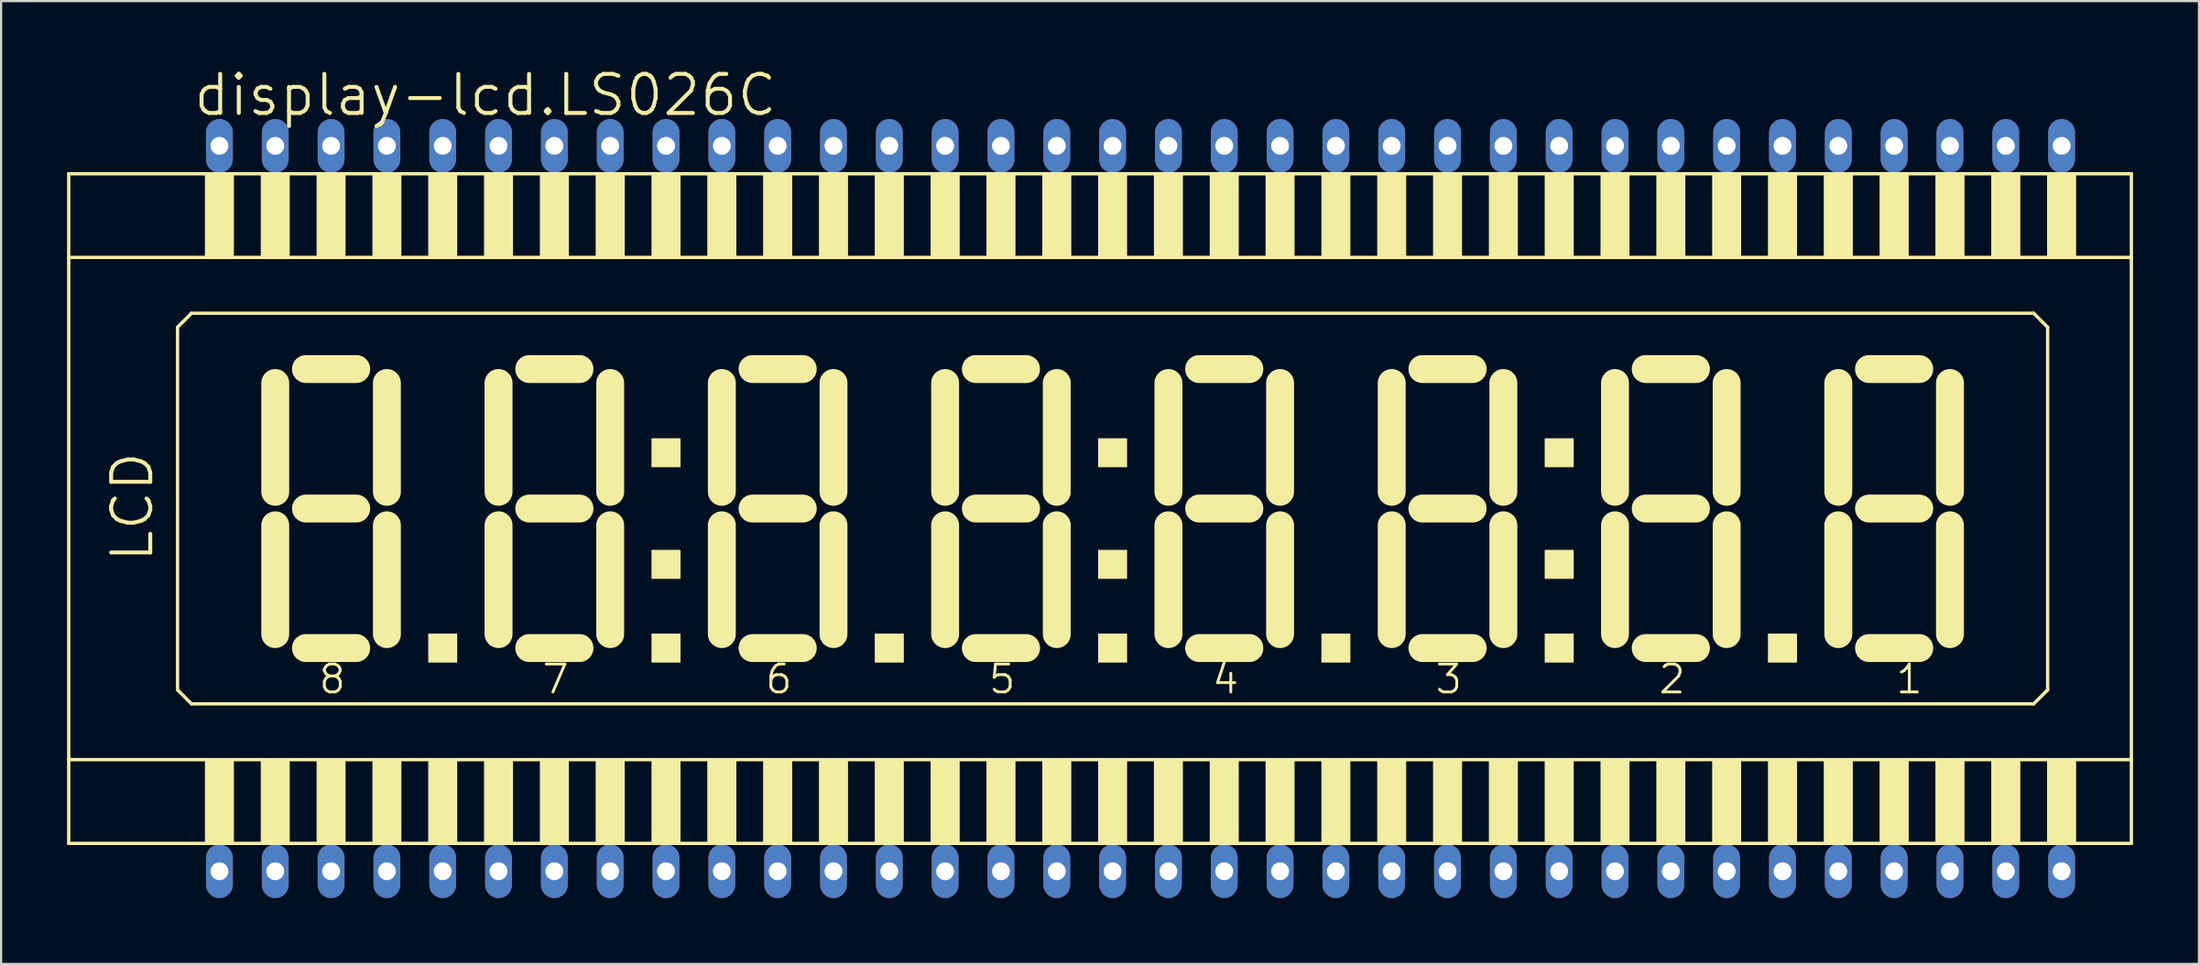
<source format=kicad_pcb>
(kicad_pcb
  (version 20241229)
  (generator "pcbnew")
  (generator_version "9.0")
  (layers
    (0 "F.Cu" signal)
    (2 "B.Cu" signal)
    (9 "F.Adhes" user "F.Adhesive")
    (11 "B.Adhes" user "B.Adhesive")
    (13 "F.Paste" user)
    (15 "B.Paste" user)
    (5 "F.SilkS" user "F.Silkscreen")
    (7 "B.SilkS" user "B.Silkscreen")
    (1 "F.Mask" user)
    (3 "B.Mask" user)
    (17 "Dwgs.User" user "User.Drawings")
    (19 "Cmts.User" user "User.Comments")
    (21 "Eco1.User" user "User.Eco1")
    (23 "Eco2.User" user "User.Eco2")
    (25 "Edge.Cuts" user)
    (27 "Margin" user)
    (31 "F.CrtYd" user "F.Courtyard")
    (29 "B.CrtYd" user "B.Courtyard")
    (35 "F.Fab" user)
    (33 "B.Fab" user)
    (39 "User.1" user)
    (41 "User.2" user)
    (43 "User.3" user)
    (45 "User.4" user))
  (footprint "display-lcd.LS026C"
    (layer "F.Cu")
    (at 46.304 20.098)
    (property "Reference" "display-lcd.LS026C" (at -40.64 -17.78 0) (layer "F.SilkS") (effects (font (size 1.778 1.778) (thickness 0.18)) (justify left bottom)))
    (attr through_hole)
    (fp_line (start -46.228 -15.24) (end -46.228 -11.43) (stroke (width 0.152) (type default)) (layer "F.SilkS"))
    (fp_line (start -46.228 -11.43) (end -46.228 11.43) (stroke (width 0.152) (type default)) (layer "F.SilkS"))
    (fp_line (start -46.228 -11.43) (end 47.625 -11.43) (stroke (width 0.152) (type default)) (layer "F.SilkS"))
    (fp_line (start -46.228 11.43) (end -46.228 15.24) (stroke (width 0.152) (type default)) (layer "F.SilkS"))
    (fp_line (start -46.228 15.24) (end 47.625 15.24) (stroke (width 0.152) (type default)) (layer "F.SilkS"))
    (fp_line (start -41.275 -8.255) (end -41.275 8.255) (stroke (width 0.152) (type default)) (layer "F.SilkS"))
    (fp_line (start -41.275 8.255) (end -40.64 8.89) (stroke (width 0.152) (type default)) (layer "F.SilkS"))
    (fp_line (start -40.64 -8.89) (end -41.275 -8.255) (stroke (width 0.152) (type default)) (layer "F.SilkS"))
    (fp_line (start -40.64 8.89) (end 43.18 8.89) (stroke (width 0.152) (type default)) (layer "F.SilkS"))
    (fp_line (start -36.83 -5.715) (end -36.83 -0.762) (stroke (width 1.27) (type default)) (layer "F.SilkS"))
    (fp_line (start -36.83 0.762) (end -36.83 5.715) (stroke (width 1.27) (type default)) (layer "F.SilkS"))
    (fp_line (start -35.433 -6.35) (end -33.147 -6.35) (stroke (width 1.27) (type default)) (layer "F.SilkS"))
    (fp_line (start -35.433 0) (end -33.147 0) (stroke (width 1.27) (type default)) (layer "F.SilkS"))
    (fp_line (start -35.433 6.35) (end -33.147 6.35) (stroke (width 1.27) (type default)) (layer "F.SilkS"))
    (fp_line (start -31.75 -0.762) (end -31.75 -5.715) (stroke (width 1.27) (type default)) (layer "F.SilkS"))
    (fp_line (start -31.75 5.715) (end -31.75 0.762) (stroke (width 1.27) (type default)) (layer "F.SilkS"))
    (fp_line (start -26.67 -5.715) (end -26.67 -0.762) (stroke (width 1.27) (type default)) (layer "F.SilkS"))
    (fp_line (start -26.67 0.762) (end -26.67 5.715) (stroke (width 1.27) (type default)) (layer "F.SilkS"))
    (fp_line (start -25.273 -6.35) (end -22.987 -6.35) (stroke (width 1.27) (type default)) (layer "F.SilkS"))
    (fp_line (start -25.273 0) (end -22.987 0) (stroke (width 1.27) (type default)) (layer "F.SilkS"))
    (fp_line (start -25.273 6.35) (end -22.987 6.35) (stroke (width 1.27) (type default)) (layer "F.SilkS"))
    (fp_line (start -21.59 -0.762) (end -21.59 -5.715) (stroke (width 1.27) (type default)) (layer "F.SilkS"))
    (fp_line (start -21.59 5.715) (end -21.59 0.762) (stroke (width 1.27) (type default)) (layer "F.SilkS"))
    (fp_line (start -16.51 -5.715) (end -16.51 -0.762) (stroke (width 1.27) (type default)) (layer "F.SilkS"))
    (fp_line (start -16.51 0.762) (end -16.51 5.715) (stroke (width 1.27) (type default)) (layer "F.SilkS"))
    (fp_line (start -15.113 -6.35) (end -12.827 -6.35) (stroke (width 1.27) (type default)) (layer "F.SilkS"))
    (fp_line (start -15.113 0) (end -12.827 0) (stroke (width 1.27) (type default)) (layer "F.SilkS"))
    (fp_line (start -15.113 6.35) (end -12.827 6.35) (stroke (width 1.27) (type default)) (layer "F.SilkS"))
    (fp_line (start -11.43 -0.762) (end -11.43 -5.715) (stroke (width 1.27) (type default)) (layer "F.SilkS"))
    (fp_line (start -11.43 5.715) (end -11.43 0.762) (stroke (width 1.27) (type default)) (layer "F.SilkS"))
    (fp_line (start -6.35 -5.715) (end -6.35 -0.762) (stroke (width 1.27) (type default)) (layer "F.SilkS"))
    (fp_line (start -6.35 0.762) (end -6.35 5.715) (stroke (width 1.27) (type default)) (layer "F.SilkS"))
    (fp_line (start -4.953 -6.35) (end -2.667 -6.35) (stroke (width 1.27) (type default)) (layer "F.SilkS"))
    (fp_line (start -4.953 0) (end -2.667 0) (stroke (width 1.27) (type default)) (layer "F.SilkS"))
    (fp_line (start -4.953 6.35) (end -2.667 6.35) (stroke (width 1.27) (type default)) (layer "F.SilkS"))
    (fp_line (start -1.27 -0.762) (end -1.27 -5.715) (stroke (width 1.27) (type default)) (layer "F.SilkS"))
    (fp_line (start -1.27 5.715) (end -1.27 0.762) (stroke (width 1.27) (type default)) (layer "F.SilkS"))
    (fp_line (start 3.81 -5.715) (end 3.81 -0.762) (stroke (width 1.27) (type default)) (layer "F.SilkS"))
    (fp_line (start 3.81 0.762) (end 3.81 5.715) (stroke (width 1.27) (type default)) (layer "F.SilkS"))
    (fp_line (start 5.207 -6.35) (end 7.493 -6.35) (stroke (width 1.27) (type default)) (layer "F.SilkS"))
    (fp_line (start 5.207 0) (end 7.493 0) (stroke (width 1.27) (type default)) (layer "F.SilkS"))
    (fp_line (start 5.207 6.35) (end 7.493 6.35) (stroke (width 1.27) (type default)) (layer "F.SilkS"))
    (fp_line (start 8.89 -0.762) (end 8.89 -5.715) (stroke (width 1.27) (type default)) (layer "F.SilkS"))
    (fp_line (start 8.89 5.715) (end 8.89 0.762) (stroke (width 1.27) (type default)) (layer "F.SilkS"))
    (fp_line (start 13.97 -5.715) (end 13.97 -0.762) (stroke (width 1.27) (type default)) (layer "F.SilkS"))
    (fp_line (start 13.97 0.762) (end 13.97 5.715) (stroke (width 1.27) (type default)) (layer "F.SilkS"))
    (fp_line (start 15.367 -6.35) (end 17.653 -6.35) (stroke (width 1.27) (type default)) (layer "F.SilkS"))
    (fp_line (start 15.367 0) (end 17.653 0) (stroke (width 1.27) (type default)) (layer "F.SilkS"))
    (fp_line (start 15.367 6.35) (end 17.653 6.35) (stroke (width 1.27) (type default)) (layer "F.SilkS"))
    (fp_line (start 19.05 -0.762) (end 19.05 -5.715) (stroke (width 1.27) (type default)) (layer "F.SilkS"))
    (fp_line (start 19.05 5.715) (end 19.05 0.762) (stroke (width 1.27) (type default)) (layer "F.SilkS"))
    (fp_line (start 24.13 -5.715) (end 24.13 -0.762) (stroke (width 1.27) (type default)) (layer "F.SilkS"))
    (fp_line (start 24.13 0.762) (end 24.13 5.715) (stroke (width 1.27) (type default)) (layer "F.SilkS"))
    (fp_line (start 25.527 -6.35) (end 27.813 -6.35) (stroke (width 1.27) (type default)) (layer "F.SilkS"))
    (fp_line (start 25.527 0) (end 27.813 0) (stroke (width 1.27) (type default)) (layer "F.SilkS"))
    (fp_line (start 25.527 6.35) (end 27.813 6.35) (stroke (width 1.27) (type default)) (layer "F.SilkS"))
    (fp_line (start 29.21 -0.762) (end 29.21 -5.715) (stroke (width 1.27) (type default)) (layer "F.SilkS"))
    (fp_line (start 29.21 5.715) (end 29.21 0.762) (stroke (width 1.27) (type default)) (layer "F.SilkS"))
    (fp_line (start 34.29 -5.715) (end 34.29 -0.762) (stroke (width 1.27) (type default)) (layer "F.SilkS"))
    (fp_line (start 34.29 0.762) (end 34.29 5.715) (stroke (width 1.27) (type default)) (layer "F.SilkS"))
    (fp_line (start 35.687 -6.35) (end 37.973 -6.35) (stroke (width 1.27) (type default)) (layer "F.SilkS"))
    (fp_line (start 35.687 0) (end 37.973 0) (stroke (width 1.27) (type default)) (layer "F.SilkS"))
    (fp_line (start 35.687 6.35) (end 37.973 6.35) (stroke (width 1.27) (type default)) (layer "F.SilkS"))
    (fp_line (start 39.37 -0.762) (end 39.37 -5.715) (stroke (width 1.27) (type default)) (layer "F.SilkS"))
    (fp_line (start 39.37 5.715) (end 39.37 0.762) (stroke (width 1.27) (type default)) (layer "F.SilkS"))
    (fp_line (start 43.18 -8.89) (end -40.64 -8.89) (stroke (width 0.152) (type default)) (layer "F.SilkS"))
    (fp_line (start 43.18 8.89) (end 43.815 8.255) (stroke (width 0.152) (type default)) (layer "F.SilkS"))
    (fp_line (start 43.815 -8.255) (end 43.18 -8.89) (stroke (width 0.152) (type default)) (layer "F.SilkS"))
    (fp_line (start 43.815 8.255) (end 43.815 -8.255) (stroke (width 0.152) (type default)) (layer "F.SilkS"))
    (fp_line (start 47.625 -15.24) (end -46.228 -15.24) (stroke (width 0.152) (type default)) (layer "F.SilkS"))
    (fp_line (start 47.625 -11.43) (end 47.625 -15.24) (stroke (width 0.152) (type default)) (layer "F.SilkS"))
    (fp_line (start 47.625 11.43) (end -46.228 11.43) (stroke (width 0.152) (type default)) (layer "F.SilkS"))
    (fp_line (start 47.625 11.43) (end 47.625 -11.43) (stroke (width 0.152) (type default)) (layer "F.SilkS"))
    (fp_line (start 47.625 15.24) (end 47.625 11.43) (stroke (width 0.152) (type default)) (layer "F.SilkS"))
    (fp_rect (start -40.005 -11.43) (end -38.735 -15.24) (stroke (width 0.05) (type default)) (fill yes) (layer "F.SilkS"))
    (fp_rect (start -40.005 15.24) (end -38.735 11.43) (stroke (width 0.05) (type default)) (fill yes) (layer "F.SilkS"))
    (fp_rect (start -37.465 -11.43) (end -36.195 -15.24) (stroke (width 0.05) (type default)) (fill yes) (layer "F.SilkS"))
    (fp_rect (start -37.465 15.24) (end -36.195 11.43) (stroke (width 0.05) (type default)) (fill yes) (layer "F.SilkS"))
    (fp_rect (start -34.925 -11.43) (end -33.655 -15.24) (stroke (width 0.05) (type default)) (fill yes) (layer "F.SilkS"))
    (fp_rect (start -34.925 15.24) (end -33.655 11.43) (stroke (width 0.05) (type default)) (fill yes) (layer "F.SilkS"))
    (fp_rect (start -32.385 -11.43) (end -31.115 -15.24) (stroke (width 0.05) (type default)) (fill yes) (layer "F.SilkS"))
    (fp_rect (start -32.385 15.24) (end -31.115 11.43) (stroke (width 0.05) (type default)) (fill yes) (layer "F.SilkS"))
    (fp_rect (start -29.845 -11.43) (end -28.575 -15.24) (stroke (width 0.05) (type default)) (fill yes) (layer "F.SilkS"))
    (fp_rect (start -29.845 6.985) (end -28.575 5.715) (stroke (width 0.05) (type default)) (fill yes) (layer "F.SilkS"))
    (fp_rect (start -29.845 15.24) (end -28.575 11.43) (stroke (width 0.05) (type default)) (fill yes) (layer "F.SilkS"))
    (fp_rect (start -27.305 -11.43) (end -26.035 -15.24) (stroke (width 0.05) (type default)) (fill yes) (layer "F.SilkS"))
    (fp_rect (start -27.305 15.24) (end -26.035 11.43) (stroke (width 0.05) (type default)) (fill yes) (layer "F.SilkS"))
    (fp_rect (start -24.765 -11.43) (end -23.495 -15.24) (stroke (width 0.05) (type default)) (fill yes) (layer "F.SilkS"))
    (fp_rect (start -24.765 15.24) (end -23.495 11.43) (stroke (width 0.05) (type default)) (fill yes) (layer "F.SilkS"))
    (fp_rect (start -22.225 -11.43) (end -20.955 -15.24) (stroke (width 0.05) (type default)) (fill yes) (layer "F.SilkS"))
    (fp_rect (start -22.225 15.24) (end -20.955 11.43) (stroke (width 0.05) (type default)) (fill yes) (layer "F.SilkS"))
    (fp_rect (start -19.685 -11.43) (end -18.415 -15.24) (stroke (width 0.05) (type default)) (fill yes) (layer "F.SilkS"))
    (fp_rect (start -19.685 -1.905) (end -18.415 -3.175) (stroke (width 0.05) (type default)) (fill yes) (layer "F.SilkS"))
    (fp_rect (start -19.685 3.175) (end -18.415 1.905) (stroke (width 0.05) (type default)) (fill yes) (layer "F.SilkS"))
    (fp_rect (start -19.685 6.985) (end -18.415 5.715) (stroke (width 0.05) (type default)) (fill yes) (layer "F.SilkS"))
    (fp_rect (start -19.685 15.24) (end -18.415 11.43) (stroke (width 0.05) (type default)) (fill yes) (layer "F.SilkS"))
    (fp_rect (start -17.145 -11.43) (end -15.875 -15.24) (stroke (width 0.05) (type default)) (fill yes) (layer "F.SilkS"))
    (fp_rect (start -17.145 15.24) (end -15.875 11.43) (stroke (width 0.05) (type default)) (fill yes) (layer "F.SilkS"))
    (fp_rect (start -14.605 -11.43) (end -13.335 -15.24) (stroke (width 0.05) (type default)) (fill yes) (layer "F.SilkS"))
    (fp_rect (start -14.605 15.24) (end -13.335 11.43) (stroke (width 0.05) (type default)) (fill yes) (layer "F.SilkS"))
    (fp_rect (start -12.065 -11.43) (end -10.795 -15.24) (stroke (width 0.05) (type default)) (fill yes) (layer "F.SilkS"))
    (fp_rect (start -12.065 15.24) (end -10.795 11.43) (stroke (width 0.05) (type default)) (fill yes) (layer "F.SilkS"))
    (fp_rect (start -9.525 -11.43) (end -8.255 -15.24) (stroke (width 0.05) (type default)) (fill yes) (layer "F.SilkS"))
    (fp_rect (start -9.525 6.985) (end -8.255 5.715) (stroke (width 0.05) (type default)) (fill yes) (layer "F.SilkS"))
    (fp_rect (start -9.525 15.24) (end -8.255 11.43) (stroke (width 0.05) (type default)) (fill yes) (layer "F.SilkS"))
    (fp_rect (start -6.985 -11.43) (end -5.715 -15.24) (stroke (width 0.05) (type default)) (fill yes) (layer "F.SilkS"))
    (fp_rect (start -6.985 15.24) (end -5.715 11.43) (stroke (width 0.05) (type default)) (fill yes) (layer "F.SilkS"))
    (fp_rect (start -4.445 -11.43) (end -3.175 -15.24) (stroke (width 0.05) (type default)) (fill yes) (layer "F.SilkS"))
    (fp_rect (start -4.445 15.24) (end -3.175 11.43) (stroke (width 0.05) (type default)) (fill yes) (layer "F.SilkS"))
    (fp_rect (start -1.905 -11.43) (end -0.635 -15.24) (stroke (width 0.05) (type default)) (fill yes) (layer "F.SilkS"))
    (fp_rect (start -1.905 15.24) (end -0.635 11.43) (stroke (width 0.05) (type default)) (fill yes) (layer "F.SilkS"))
    (fp_rect (start 0.635 -11.43) (end 1.905 -15.24) (stroke (width 0.05) (type default)) (fill yes) (layer "F.SilkS"))
    (fp_rect (start 0.635 -1.905) (end 1.905 -3.175) (stroke (width 0.05) (type default)) (fill yes) (layer "F.SilkS"))
    (fp_rect (start 0.635 3.175) (end 1.905 1.905) (stroke (width 0.05) (type default)) (fill yes) (layer "F.SilkS"))
    (fp_rect (start 0.635 6.985) (end 1.905 5.715) (stroke (width 0.05) (type default)) (fill yes) (layer "F.SilkS"))
    (fp_rect (start 0.635 15.24) (end 1.905 11.43) (stroke (width 0.05) (type default)) (fill yes) (layer "F.SilkS"))
    (fp_rect (start 3.175 -11.43) (end 4.445 -15.24) (stroke (width 0.05) (type default)) (fill yes) (layer "F.SilkS"))
    (fp_rect (start 3.175 15.24) (end 4.445 11.43) (stroke (width 0.05) (type default)) (fill yes) (layer "F.SilkS"))
    (fp_rect (start 5.715 -11.43) (end 6.985 -15.24) (stroke (width 0.05) (type default)) (fill yes) (layer "F.SilkS"))
    (fp_rect (start 5.715 15.24) (end 6.985 11.43) (stroke (width 0.05) (type default)) (fill yes) (layer "F.SilkS"))
    (fp_rect (start 8.255 -11.43) (end 9.525 -15.24) (stroke (width 0.05) (type default)) (fill yes) (layer "F.SilkS"))
    (fp_rect (start 8.255 15.24) (end 9.525 11.43) (stroke (width 0.05) (type default)) (fill yes) (layer "F.SilkS"))
    (fp_rect (start 10.795 -11.43) (end 12.065 -15.24) (stroke (width 0.05) (type default)) (fill yes) (layer "F.SilkS"))
    (fp_rect (start 10.795 6.985) (end 12.065 5.715) (stroke (width 0.05) (type default)) (fill yes) (layer "F.SilkS"))
    (fp_rect (start 10.795 15.24) (end 12.065 11.43) (stroke (width 0.05) (type default)) (fill yes) (layer "F.SilkS"))
    (fp_rect (start 13.335 -11.43) (end 14.605 -15.24) (stroke (width 0.05) (type default)) (fill yes) (layer "F.SilkS"))
    (fp_rect (start 13.335 15.24) (end 14.605 11.43) (stroke (width 0.05) (type default)) (fill yes) (layer "F.SilkS"))
    (fp_rect (start 15.875 -11.43) (end 17.145 -15.24) (stroke (width 0.05) (type default)) (fill yes) (layer "F.SilkS"))
    (fp_rect (start 15.875 15.24) (end 17.145 11.43) (stroke (width 0.05) (type default)) (fill yes) (layer "F.SilkS"))
    (fp_rect (start 18.415 -11.43) (end 19.685 -15.24) (stroke (width 0.05) (type default)) (fill yes) (layer "F.SilkS"))
    (fp_rect (start 18.415 15.24) (end 19.685 11.43) (stroke (width 0.05) (type default)) (fill yes) (layer "F.SilkS"))
    (fp_rect (start 20.955 -11.43) (end 22.225 -15.24) (stroke (width 0.05) (type default)) (fill yes) (layer "F.SilkS"))
    (fp_rect (start 20.955 -1.905) (end 22.225 -3.175) (stroke (width 0.05) (type default)) (fill yes) (layer "F.SilkS"))
    (fp_rect (start 20.955 3.175) (end 22.225 1.905) (stroke (width 0.05) (type default)) (fill yes) (layer "F.SilkS"))
    (fp_rect (start 20.955 6.985) (end 22.225 5.715) (stroke (width 0.05) (type default)) (fill yes) (layer "F.SilkS"))
    (fp_rect (start 20.955 15.24) (end 22.225 11.43) (stroke (width 0.05) (type default)) (fill yes) (layer "F.SilkS"))
    (fp_rect (start 23.495 -11.43) (end 24.765 -15.24) (stroke (width 0.05) (type default)) (fill yes) (layer "F.SilkS"))
    (fp_rect (start 23.495 15.24) (end 24.765 11.43) (stroke (width 0.05) (type default)) (fill yes) (layer "F.SilkS"))
    (fp_rect (start 26.035 -11.43) (end 27.305 -15.24) (stroke (width 0.05) (type default)) (fill yes) (layer "F.SilkS"))
    (fp_rect (start 26.035 15.24) (end 27.305 11.43) (stroke (width 0.05) (type default)) (fill yes) (layer "F.SilkS"))
    (fp_rect (start 28.575 -11.43) (end 29.845 -15.24) (stroke (width 0.05) (type default)) (fill yes) (layer "F.SilkS"))
    (fp_rect (start 28.575 15.24) (end 29.845 11.43) (stroke (width 0.05) (type default)) (fill yes) (layer "F.SilkS"))
    (fp_rect (start 31.115 -11.43) (end 32.385 -15.24) (stroke (width 0.05) (type default)) (fill yes) (layer "F.SilkS"))
    (fp_rect (start 31.115 6.985) (end 32.385 5.715) (stroke (width 0.05) (type default)) (fill yes) (layer "F.SilkS"))
    (fp_rect (start 31.115 15.24) (end 32.385 11.43) (stroke (width 0.05) (type default)) (fill yes) (layer "F.SilkS"))
    (fp_rect (start 33.655 -11.43) (end 34.925 -15.24) (stroke (width 0.05) (type default)) (fill yes) (layer "F.SilkS"))
    (fp_rect (start 33.655 15.24) (end 34.925 11.43) (stroke (width 0.05) (type default)) (fill yes) (layer "F.SilkS"))
    (fp_rect (start 36.195 -11.43) (end 37.465 -15.24) (stroke (width 0.05) (type default)) (fill yes) (layer "F.SilkS"))
    (fp_rect (start 36.195 15.24) (end 37.465 11.43) (stroke (width 0.05) (type default)) (fill yes) (layer "F.SilkS"))
    (fp_rect (start 38.735 -11.43) (end 40.005 -15.24) (stroke (width 0.05) (type default)) (fill yes) (layer "F.SilkS"))
    (fp_rect (start 38.735 15.24) (end 40.005 11.43) (stroke (width 0.05) (type default)) (fill yes) (layer "F.SilkS"))
    (fp_rect (start 41.275 -11.43) (end 42.545 -15.24) (stroke (width 0.05) (type default)) (fill yes) (layer "F.SilkS"))
    (fp_rect (start 41.275 15.24) (end 42.545 11.43) (stroke (width 0.05) (type default)) (fill yes) (layer "F.SilkS"))
    (fp_rect (start 43.815 -11.43) (end 45.085 -15.24) (stroke (width 0.05) (type default)) (fill yes) (layer "F.SilkS"))
    (fp_rect (start 43.815 15.24) (end 45.085 11.43) (stroke (width 0.05) (type default)) (fill yes) (layer "F.SilkS"))
    (fp_text user "5" (at -4.445 8.509 0) (layer "F.SilkS") (effects (font (size 1.27 1.27) (thickness 0.13)) (justify left bottom)))
    (fp_text user "1 " (at 36.83 8.509 0) (layer "F.SilkS") (effects (font (size 1.27 1.27) (thickness 0.13)) (justify left bottom)))
    (fp_text user "8" (at -34.925 8.509 0) (layer "F.SilkS") (effects (font (size 1.27 1.27) (thickness 0.13)) (justify left bottom)))
    (fp_text user "6" (at -14.605 8.509 0) (layer "F.SilkS") (effects (font (size 1.27 1.27) (thickness 0.13)) (justify left bottom)))
    (fp_text user "LCD" (at -42.291 2.54 90) (layer "F.SilkS") (effects (font (size 1.778 1.778) (thickness 0.18)) (justify left bottom)))
    (fp_text user "7" (at -24.765 8.509 0) (layer "F.SilkS") (effects (font (size 1.27 1.27) (thickness 0.13)) (justify left bottom)))
    (fp_text user "4" (at 5.715 8.509 0) (layer "F.SilkS") (effects (font (size 1.27 1.27) (thickness 0.13)) (justify left bottom)))
    (fp_text user "3" (at 15.875 8.509 0) (layer "F.SilkS") (effects (font (size 1.27 1.27) (thickness 0.13)) (justify left bottom)))
    (fp_text user "2" (at 26.035 8.509 0) (layer "F.SilkS") (effects (font (size 1.27 1.27) (thickness 0.13)) (justify left bottom)))
    (pad "1" thru_hole oval (at -39.37 16.51 90) (size 2.438 1.219) (drill 0.813) (layers "*.Cu" "*.Mask"))
    (pad "2" thru_hole oval (at -36.83 16.51 90) (size 2.438 1.219) (drill 0.813) (layers "*.Cu" "*.Mask"))
    (pad "3" thru_hole oval (at -34.29 16.51 90) (size 2.438 1.219) (drill 0.813) (layers "*.Cu" "*.Mask"))
    (pad "4" thru_hole oval (at -31.75 16.51 90) (size 2.438 1.219) (drill 0.813) (layers "*.Cu" "*.Mask"))
    (pad "5" thru_hole oval (at -29.21 16.51 90) (size 2.438 1.219) (drill 0.813) (layers "*.Cu" "*.Mask"))
    (pad "6" thru_hole oval (at -26.67 16.51 90) (size 2.438 1.219) (drill 0.813) (layers "*.Cu" "*.Mask"))
    (pad "7" thru_hole oval (at -24.13 16.51 90) (size 2.438 1.219) (drill 0.813) (layers "*.Cu" "*.Mask"))
    (pad "8" thru_hole oval (at -21.59 16.51 90) (size 2.438 1.219) (drill 0.813) (layers "*.Cu" "*.Mask"))
    (pad "9" thru_hole oval (at -19.05 16.51 90) (size 2.438 1.219) (drill 0.813) (layers "*.Cu" "*.Mask"))
    (pad "10" thru_hole oval (at -16.51 16.51 90) (size 2.438 1.219) (drill 0.813) (layers "*.Cu" "*.Mask"))
    (pad "11" thru_hole oval (at -13.97 16.51 90) (size 2.438 1.219) (drill 0.813) (layers "*.Cu" "*.Mask"))
    (pad "12" thru_hole oval (at -11.43 16.51 90) (size 2.438 1.219) (drill 0.813) (layers "*.Cu" "*.Mask"))
    (pad "13" thru_hole oval (at -8.89 16.51 90) (size 2.438 1.219) (drill 0.813) (layers "*.Cu" "*.Mask"))
    (pad "14" thru_hole oval (at -6.35 16.51 90) (size 2.438 1.219) (drill 0.813) (layers "*.Cu" "*.Mask"))
    (pad "15" thru_hole oval (at -3.81 16.51 90) (size 2.438 1.219) (drill 0.813) (layers "*.Cu" "*.Mask"))
    (pad "16" thru_hole oval (at -1.27 16.51 90) (size 2.438 1.219) (drill 0.813) (layers "*.Cu" "*.Mask"))
    (pad "17" thru_hole oval (at 1.27 16.51 90) (size 2.438 1.219) (drill 0.813) (layers "*.Cu" "*.Mask"))
    (pad "18" thru_hole oval (at 3.81 16.51 90) (size 2.438 1.219) (drill 0.813) (layers "*.Cu" "*.Mask"))
    (pad "19" thru_hole oval (at 6.35 16.51 90) (size 2.438 1.219) (drill 0.813) (layers "*.Cu" "*.Mask"))
    (pad "20" thru_hole oval (at 8.89 16.51 90) (size 2.438 1.219) (drill 0.813) (layers "*.Cu" "*.Mask"))
    (pad "21" thru_hole oval (at 11.43 16.51 90) (size 2.438 1.219) (drill 0.813) (layers "*.Cu" "*.Mask"))
    (pad "22" thru_hole oval (at 13.97 16.51 90) (size 2.438 1.219) (drill 0.813) (layers "*.Cu" "*.Mask"))
    (pad "23" thru_hole oval (at 16.51 16.51 90) (size 2.438 1.219) (drill 0.813) (layers "*.Cu" "*.Mask"))
    (pad "24" thru_hole oval (at 19.05 16.51 90) (size 2.438 1.219) (drill 0.813) (layers "*.Cu" "*.Mask"))
    (pad "25" thru_hole oval (at 21.59 16.51 90) (size 2.438 1.219) (drill 0.813) (layers "*.Cu" "*.Mask"))
    (pad "26" thru_hole oval (at 24.13 16.51 90) (size 2.438 1.219) (drill 0.813) (layers "*.Cu" "*.Mask"))
    (pad "27" thru_hole oval (at 26.67 16.51 90) (size 2.438 1.219) (drill 0.813) (layers "*.Cu" "*.Mask"))
    (pad "28" thru_hole oval (at 29.21 16.51 90) (size 2.438 1.219) (drill 0.813) (layers "*.Cu" "*.Mask"))
    (pad "29" thru_hole oval (at 31.75 16.51 90) (size 2.438 1.219) (drill 0.813) (layers "*.Cu" "*.Mask"))
    (pad "30" thru_hole oval (at 34.29 16.51 90) (size 2.438 1.219) (drill 0.813) (layers "*.Cu" "*.Mask"))
    (pad "31" thru_hole oval (at 36.83 16.51 90) (size 2.438 1.219) (drill 0.813) (layers "*.Cu" "*.Mask"))
    (pad "32" thru_hole oval (at 39.37 16.51 90) (size 2.438 1.219) (drill 0.813) (layers "*.Cu" "*.Mask"))
    (pad "33" thru_hole oval (at 41.91 16.51 90) (size 2.438 1.219) (drill 0.813) (layers "*.Cu" "*.Mask"))
    (pad "34" thru_hole oval (at 44.45 16.51 90) (size 2.438 1.219) (drill 0.813) (layers "*.Cu" "*.Mask"))
    (pad "35" thru_hole oval (at 44.45 -16.51 90) (size 2.438 1.219) (drill 0.813) (layers "*.Cu" "*.Mask"))
    (pad "36" thru_hole oval (at 41.91 -16.51 90) (size 2.438 1.219) (drill 0.813) (layers "*.Cu" "*.Mask"))
    (pad "37" thru_hole oval (at 39.37 -16.51 90) (size 2.438 1.219) (drill 0.813) (layers "*.Cu" "*.Mask"))
    (pad "38" thru_hole oval (at 36.83 -16.51 90) (size 2.438 1.219) (drill 0.813) (layers "*.Cu" "*.Mask"))
    (pad "39" thru_hole oval (at 34.29 -16.51 90) (size 2.438 1.219) (drill 0.813) (layers "*.Cu" "*.Mask"))
    (pad "40" thru_hole oval (at 31.75 -16.51 90) (size 2.438 1.219) (drill 0.813) (layers "*.Cu" "*.Mask"))
    (pad "41" thru_hole oval (at 29.21 -16.51 90) (size 2.438 1.219) (drill 0.813) (layers "*.Cu" "*.Mask"))
    (pad "42" thru_hole oval (at 26.67 -16.51 90) (size 2.438 1.219) (drill 0.813) (layers "*.Cu" "*.Mask"))
    (pad "43" thru_hole oval (at 24.13 -16.51 90) (size 2.438 1.219) (drill 0.813) (layers "*.Cu" "*.Mask"))
    (pad "44" thru_hole oval (at 21.59 -16.51 90) (size 2.438 1.219) (drill 0.813) (layers "*.Cu" "*.Mask"))
    (pad "45" thru_hole oval (at 19.05 -16.51 90) (size 2.438 1.219) (drill 0.813) (layers "*.Cu" "*.Mask"))
    (pad "46" thru_hole oval (at 16.51 -16.51 90) (size 2.438 1.219) (drill 0.813) (layers "*.Cu" "*.Mask"))
    (pad "47" thru_hole oval (at 13.97 -16.51 90) (size 2.438 1.219) (drill 0.813) (layers "*.Cu" "*.Mask"))
    (pad "48" thru_hole oval (at 11.43 -16.51 90) (size 2.438 1.219) (drill 0.813) (layers "*.Cu" "*.Mask"))
    (pad "49" thru_hole oval (at 8.89 -16.51 90) (size 2.438 1.219) (drill 0.813) (layers "*.Cu" "*.Mask"))
    (pad "50" thru_hole oval (at 6.35 -16.51 90) (size 2.438 1.219) (drill 0.813) (layers "*.Cu" "*.Mask"))
    (pad "51" thru_hole oval (at 3.81 -16.51 90) (size 2.438 1.219) (drill 0.813) (layers "*.Cu" "*.Mask"))
    (pad "52" thru_hole oval (at 1.27 -16.51 90) (size 2.438 1.219) (drill 0.813) (layers "*.Cu" "*.Mask"))
    (pad "53" thru_hole oval (at -1.27 -16.51 90) (size 2.438 1.219) (drill 0.813) (layers "*.Cu" "*.Mask"))
    (pad "54" thru_hole oval (at -3.81 -16.51 90) (size 2.438 1.219) (drill 0.813) (layers "*.Cu" "*.Mask"))
    (pad "55" thru_hole oval (at -6.35 -16.51 90) (size 2.438 1.219) (drill 0.813) (layers "*.Cu" "*.Mask"))
    (pad "56" thru_hole oval (at -8.89 -16.51 90) (size 2.438 1.219) (drill 0.813) (layers "*.Cu" "*.Mask"))
    (pad "57" thru_hole oval (at -11.43 -16.51 90) (size 2.438 1.219) (drill 0.813) (layers "*.Cu" "*.Mask"))
    (pad "58" thru_hole oval (at -13.97 -16.51 90) (size 2.438 1.219) (drill 0.813) (layers "*.Cu" "*.Mask"))
    (pad "59" thru_hole oval (at -16.51 -16.51 90) (size 2.438 1.219) (drill 0.813) (layers "*.Cu" "*.Mask"))
    (pad "60" thru_hole oval (at -19.05 -16.51 90) (size 2.438 1.219) (drill 0.813) (layers "*.Cu" "*.Mask"))
    (pad "61" thru_hole oval (at -21.59 -16.51 90) (size 2.438 1.219) (drill 0.813) (layers "*.Cu" "*.Mask"))
    (pad "62" thru_hole oval (at -24.13 -16.51 90) (size 2.438 1.219) (drill 0.813) (layers "*.Cu" "*.Mask"))
    (pad "63" thru_hole oval (at -26.67 -16.51 90) (size 2.438 1.219) (drill 0.813) (layers "*.Cu" "*.Mask"))
    (pad "64" thru_hole oval (at -29.21 -16.51 90) (size 2.438 1.219) (drill 0.813) (layers "*.Cu" "*.Mask"))
    (pad "65" thru_hole oval (at -31.75 -16.51 90) (size 2.438 1.219) (drill 0.813) (layers "*.Cu" "*.Mask"))
    (pad "66" thru_hole oval (at -34.29 -16.51 90) (size 2.438 1.219) (drill 0.813) (layers "*.Cu" "*.Mask"))
    (pad "67" thru_hole oval (at -36.83 -16.51 90) (size 2.438 1.219) (drill 0.813) (layers "*.Cu" "*.Mask"))
    (pad "68" thru_hole oval (at -39.37 -16.51 90) (size 2.438 1.219) (drill 0.813) (layers "*.Cu" "*.Mask")))
  (gr_rect
    (start -3 -3)
    (end 97.005 40.827)
    (stroke (width 0.1) (type default))
    (fill no)
    (layer "Edge.Cuts")))
</source>
